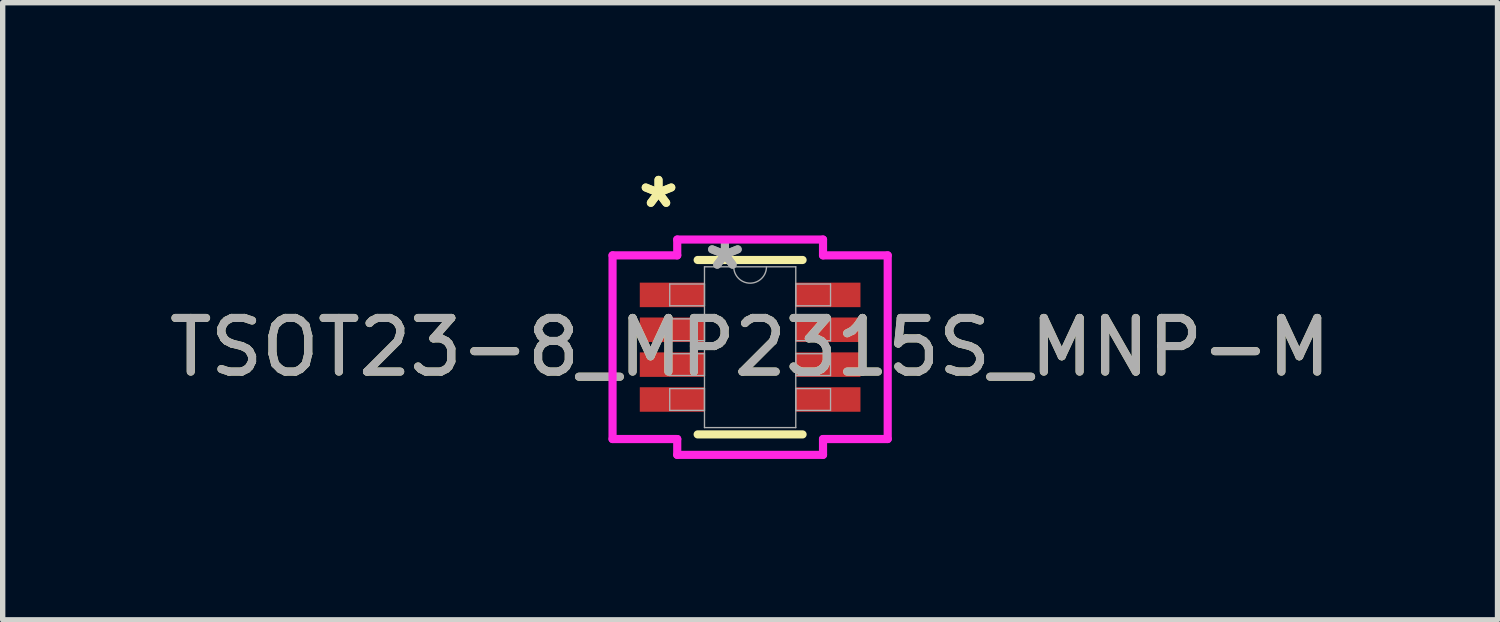
<source format=kicad_pcb>
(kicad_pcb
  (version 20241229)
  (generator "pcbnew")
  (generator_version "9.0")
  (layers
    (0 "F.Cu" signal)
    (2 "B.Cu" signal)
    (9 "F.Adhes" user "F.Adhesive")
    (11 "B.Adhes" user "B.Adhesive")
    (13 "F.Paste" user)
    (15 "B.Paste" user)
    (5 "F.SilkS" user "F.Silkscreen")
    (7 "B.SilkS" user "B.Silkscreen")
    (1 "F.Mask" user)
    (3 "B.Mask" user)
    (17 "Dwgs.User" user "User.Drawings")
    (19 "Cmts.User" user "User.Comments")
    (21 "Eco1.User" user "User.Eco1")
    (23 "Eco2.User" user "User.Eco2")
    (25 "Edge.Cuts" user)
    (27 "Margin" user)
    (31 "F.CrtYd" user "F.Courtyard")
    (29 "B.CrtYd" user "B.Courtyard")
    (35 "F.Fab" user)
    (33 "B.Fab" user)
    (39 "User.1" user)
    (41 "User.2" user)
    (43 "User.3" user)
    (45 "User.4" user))
  (footprint "TSOT23-8_MP2315S_MNP-M"
    (layer "F.Cu")
    (at 10.935 3.423)
    (property "Reference" "TSOT23-8_MP2315S_MNP-M" (at 0 0 0) (unlocked yes) (layer "F.SilkS") (effects (font (size 1 1) (thickness 0.15))))
    (attr smd)
    (fp_line (start -0.978 1.626) (end 0.978 1.626) (stroke (width 0.152) (type solid)) (layer "F.SilkS"))
    (fp_line (start 0.978 -1.626) (end -0.978 -1.626) (stroke (width 0.152) (type solid)) (layer "F.SilkS"))
    (fp_line (start -2.565 -1.712) (end -1.359 -1.712) (stroke (width 0.152) (type solid)) (layer "F.CrtYd"))
    (fp_line (start -2.565 1.712) (end -2.565 -1.712) (stroke (width 0.152) (type solid)) (layer "F.CrtYd"))
    (fp_line (start -2.565 1.712) (end -1.359 1.712) (stroke (width 0.152) (type solid)) (layer "F.CrtYd"))
    (fp_line (start -1.359 -2.007) (end 1.359 -2.007) (stroke (width 0.152) (type solid)) (layer "F.CrtYd"))
    (fp_line (start -1.359 -1.712) (end -1.359 -2.007) (stroke (width 0.152) (type solid)) (layer "F.CrtYd"))
    (fp_line (start -1.359 2.007) (end -1.359 1.712) (stroke (width 0.152) (type solid)) (layer "F.CrtYd"))
    (fp_line (start 1.359 -2.007) (end 1.359 -1.712) (stroke (width 0.152) (type solid)) (layer "F.CrtYd"))
    (fp_line (start 1.359 1.712) (end 1.359 2.007) (stroke (width 0.152) (type solid)) (layer "F.CrtYd"))
    (fp_line (start 1.359 2.007) (end -1.359 2.007) (stroke (width 0.152) (type solid)) (layer "F.CrtYd"))
    (fp_line (start 2.565 -1.712) (end 1.359 -1.712) (stroke (width 0.152) (type solid)) (layer "F.CrtYd"))
    (fp_line (start 2.565 -1.712) (end 2.565 1.712) (stroke (width 0.152) (type solid)) (layer "F.CrtYd"))
    (fp_line (start 2.565 1.712) (end 1.359 1.712) (stroke (width 0.152) (type solid)) (layer "F.CrtYd"))
    (fp_line (start -1.499 -1.178) (end -1.499 -0.772) (stroke (width 0.025) (type solid)) (layer "F.Fab"))
    (fp_line (start -1.499 -0.772) (end -0.851 -0.772) (stroke (width 0.025) (type solid)) (layer "F.Fab"))
    (fp_line (start -1.499 -0.528) (end -1.499 -0.122) (stroke (width 0.025) (type solid)) (layer "F.Fab"))
    (fp_line (start -1.499 -0.122) (end -0.851 -0.122) (stroke (width 0.025) (type solid)) (layer "F.Fab"))
    (fp_line (start -1.499 0.122) (end -1.499 0.528) (stroke (width 0.025) (type solid)) (layer "F.Fab"))
    (fp_line (start -1.499 0.528) (end -0.851 0.528) (stroke (width 0.025) (type solid)) (layer "F.Fab"))
    (fp_line (start -1.499 0.772) (end -1.499 1.178) (stroke (width 0.025) (type solid)) (layer "F.Fab"))
    (fp_line (start -1.499 1.178) (end -0.851 1.178) (stroke (width 0.025) (type solid)) (layer "F.Fab"))
    (fp_line (start -0.851 -1.499) (end -0.851 1.499) (stroke (width 0.025) (type solid)) (layer "F.Fab"))
    (fp_line (start -0.851 -1.178) (end -1.499 -1.178) (stroke (width 0.025) (type solid)) (layer "F.Fab"))
    (fp_line (start -0.851 -0.772) (end -0.851 -1.178) (stroke (width 0.025) (type solid)) (layer "F.Fab"))
    (fp_line (start -0.851 -0.528) (end -1.499 -0.528) (stroke (width 0.025) (type solid)) (layer "F.Fab"))
    (fp_line (start -0.851 -0.122) (end -0.851 -0.528) (stroke (width 0.025) (type solid)) (layer "F.Fab"))
    (fp_line (start -0.851 0.122) (end -1.499 0.122) (stroke (width 0.025) (type solid)) (layer "F.Fab"))
    (fp_line (start -0.851 0.528) (end -0.851 0.122) (stroke (width 0.025) (type solid)) (layer "F.Fab"))
    (fp_line (start -0.851 0.772) (end -1.499 0.772) (stroke (width 0.025) (type solid)) (layer "F.Fab"))
    (fp_line (start -0.851 1.178) (end -0.851 0.772) (stroke (width 0.025) (type solid)) (layer "F.Fab"))
    (fp_line (start -0.851 1.499) (end 0.851 1.499) (stroke (width 0.025) (type solid)) (layer "F.Fab"))
    (fp_line (start 0.851 -1.499) (end -0.851 -1.499) (stroke (width 0.025) (type solid)) (layer "F.Fab"))
    (fp_line (start 0.851 -1.178) (end 0.851 -0.772) (stroke (width 0.025) (type solid)) (layer "F.Fab"))
    (fp_line (start 0.851 -0.772) (end 1.499 -0.772) (stroke (width 0.025) (type solid)) (layer "F.Fab"))
    (fp_line (start 0.851 -0.528) (end 0.851 -0.122) (stroke (width 0.025) (type solid)) (layer "F.Fab"))
    (fp_line (start 0.851 -0.122) (end 1.499 -0.122) (stroke (width 0.025) (type solid)) (layer "F.Fab"))
    (fp_line (start 0.851 0.122) (end 0.851 0.528) (stroke (width 0.025) (type solid)) (layer "F.Fab"))
    (fp_line (start 0.851 0.528) (end 1.499 0.528) (stroke (width 0.025) (type solid)) (layer "F.Fab"))
    (fp_line (start 0.851 0.772) (end 0.851 1.178) (stroke (width 0.025) (type solid)) (layer "F.Fab"))
    (fp_line (start 0.851 1.178) (end 1.499 1.178) (stroke (width 0.025) (type solid)) (layer "F.Fab"))
    (fp_line (start 0.851 1.499) (end 0.851 -1.499) (stroke (width 0.025) (type solid)) (layer "F.Fab"))
    (fp_line (start 1.499 -1.178) (end 0.851 -1.178) (stroke (width 0.025) (type solid)) (layer "F.Fab"))
    (fp_line (start 1.499 -0.772) (end 1.499 -1.178) (stroke (width 0.025) (type solid)) (layer "F.Fab"))
    (fp_line (start 1.499 -0.528) (end 0.851 -0.528) (stroke (width 0.025) (type solid)) (layer "F.Fab"))
    (fp_line (start 1.499 -0.122) (end 1.499 -0.528) (stroke (width 0.025) (type solid)) (layer "F.Fab"))
    (fp_line (start 1.499 0.122) (end 0.851 0.122) (stroke (width 0.025) (type solid)) (layer "F.Fab"))
    (fp_line (start 1.499 0.528) (end 1.499 0.122) (stroke (width 0.025) (type solid)) (layer "F.Fab"))
    (fp_line (start 1.499 0.772) (end 0.851 0.772) (stroke (width 0.025) (type solid)) (layer "F.Fab"))
    (fp_line (start 1.499 1.178) (end 1.499 0.772) (stroke (width 0.025) (type solid)) (layer "F.Fab"))
    (fp_arc (start 0.3048 -1.4986) (mid 0 -1.1938) (end -0.3048 -1.4986) (stroke (width 0.0254) (type solid)) (layer "F.Fab"))
    (fp_text user "*" (at -1.708 -2.575 0) (layer "F.SilkS") (effects (font (size 1 1) (thickness 0.15))))
    (fp_text user "*" (at -1.708 -2.575 0) (unlocked yes) (layer "F.SilkS") (effects (font (size 1 1) (thickness 0.15))))
    (fp_text user "*" (at -0.47 -1.422 0) (unlocked yes) (layer "F.Fab") (effects (font (size 1 1) (thickness 0.15))))
    (fp_text user "*" (at -0.47 -1.422 0) (layer "F.Fab") (effects (font (size 1 1) (thickness 0.15))))
    (fp_text user "${REFERENCE}" (at 0 0 0) (unlocked yes) (layer "F.Fab") (effects (font (size 1 1) (thickness 0.15))))
    (pad "1" smd rect (at -1.454 -0.975) (size 1.206 0.457) (layers "F.Cu" "F.Mask" "F.Paste"))
    (pad "2" smd rect (at -1.454 -0.325) (size 1.206 0.457) (layers "F.Cu" "F.Mask" "F.Paste"))
    (pad "3" smd rect (at -1.454 0.325) (size 1.206 0.457) (layers "F.Cu" "F.Mask" "F.Paste"))
    (pad "4" smd rect (at -1.454 0.975) (size 1.206 0.457) (layers "F.Cu" "F.Mask" "F.Paste"))
    (pad "5" smd rect (at 1.454 0.975) (size 1.206 0.457) (layers "F.Cu" "F.Mask" "F.Paste"))
    (pad "6" smd rect (at 1.454 0.325) (size 1.206 0.457) (layers "F.Cu" "F.Mask" "F.Paste"))
    (pad "7" smd rect (at 1.454 -0.325) (size 1.206 0.457) (layers "F.Cu" "F.Mask" "F.Paste"))
    (pad "8" smd rect (at 1.454 -0.975) (size 1.206 0.457) (layers "F.Cu" "F.Mask" "F.Paste")))
  (gr_rect
    (start -3 -3)
    (end 24.869 8.506)
    (stroke (width 0.1) (type default))
    (fill no)
    (layer "Edge.Cuts")))
</source>
